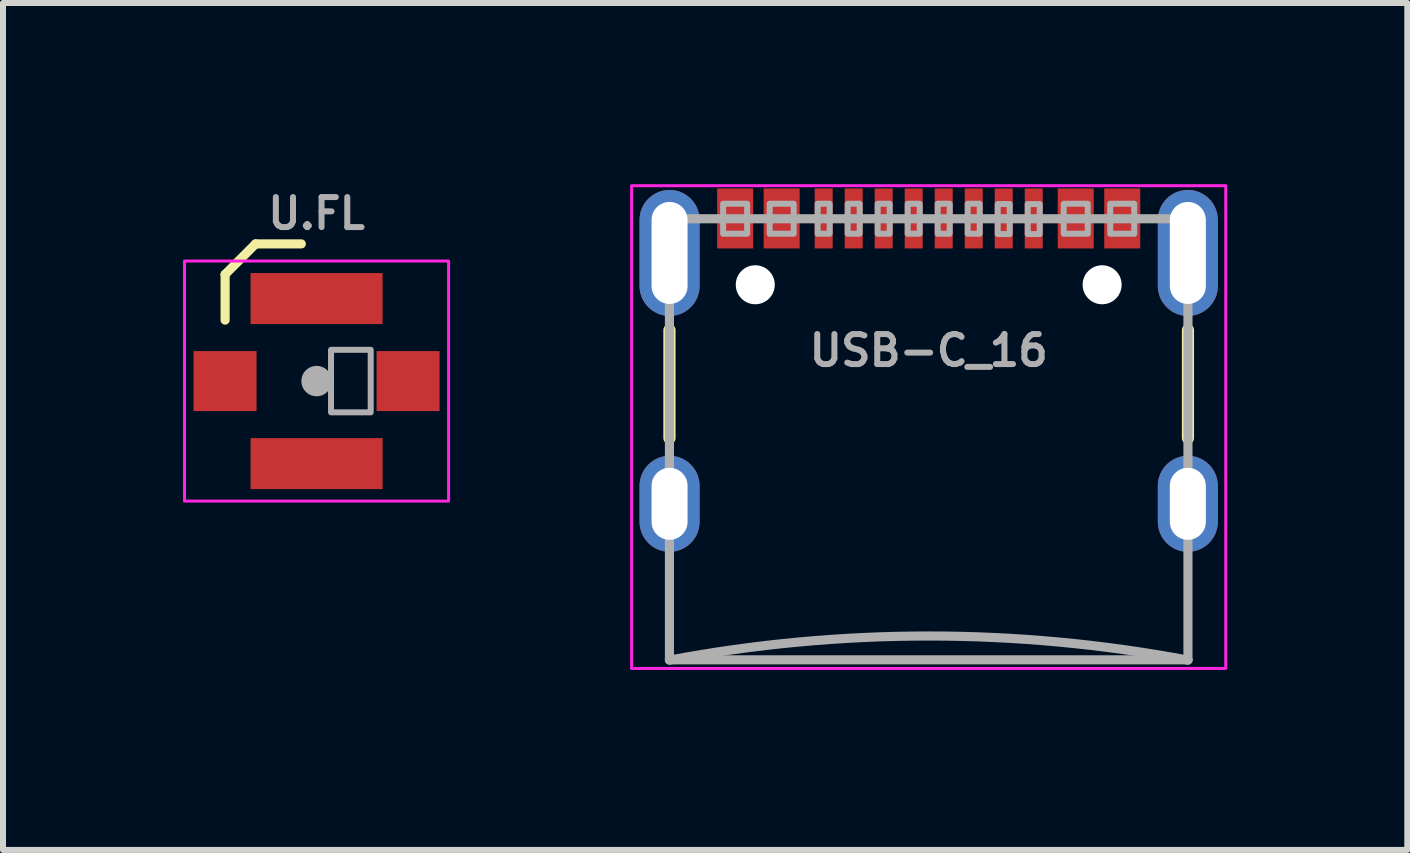
<source format=kicad_pcb>
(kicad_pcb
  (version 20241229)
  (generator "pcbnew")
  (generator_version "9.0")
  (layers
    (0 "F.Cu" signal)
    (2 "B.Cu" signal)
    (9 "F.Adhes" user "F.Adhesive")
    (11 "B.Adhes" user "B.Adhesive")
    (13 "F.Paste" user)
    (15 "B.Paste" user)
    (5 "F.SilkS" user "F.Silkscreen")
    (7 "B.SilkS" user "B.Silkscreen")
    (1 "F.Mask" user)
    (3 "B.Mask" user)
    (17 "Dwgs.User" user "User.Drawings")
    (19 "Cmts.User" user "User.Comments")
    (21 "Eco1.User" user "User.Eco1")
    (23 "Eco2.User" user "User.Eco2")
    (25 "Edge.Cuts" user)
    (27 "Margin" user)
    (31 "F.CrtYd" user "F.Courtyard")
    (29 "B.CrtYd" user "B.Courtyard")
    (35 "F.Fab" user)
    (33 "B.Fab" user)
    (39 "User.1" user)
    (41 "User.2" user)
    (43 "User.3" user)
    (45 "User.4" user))
  (footprint "USB-C_16"
    (layer "F.Cu")
    (at 12.425 0.25)
    (property "Reference" "USB-C_16" (at 0 2.54 0) (layer "F.Fab") (effects (font (size 0.5 0.5) (thickness 0.1) (bold yes))))
    (fp_line (start -4.32 2.2) (end -4.32 4) (stroke (width 0.203) (type solid)) (layer "F.SilkS"))
    (fp_line (start 4.32 2.2) (end 4.32 4) (stroke (width 0.203) (type solid)) (layer "F.SilkS"))
    (fp_rect (start -4.95 -0.206) (end 4.95 7.838) (stroke (width 0.05) (type default)) (fill no) (layer "F.CrtYd"))
    (fp_line (start -4.32 0.345) (end -4.32 1.965) (stroke (width 0.01) (type solid)) (layer "F.Fab"))
    (fp_line (start -4.32 0.345) (end 4.32 0.345) (stroke (width 0.152) (type solid)) (layer "F.Fab"))
    (fp_line (start -4.32 4.295) (end -4.32 5.895) (stroke (width 0.01) (type solid)) (layer "F.Fab"))
    (fp_line (start -4.32 7.695) (end -4.32 0.345) (stroke (width 0.152) (type solid)) (layer "F.Fab"))
    (fp_line (start -4.32 7.695) (end 4.32 7.695) (stroke (width 0.152) (type solid)) (layer "F.Fab"))
    (fp_line (start 4.32 0.345) (end 4.32 1.965) (stroke (width 0.01) (type solid)) (layer "F.Fab"))
    (fp_line (start 4.32 0.345) (end 4.32 7.695) (stroke (width 0.152) (type solid)) (layer "F.Fab"))
    (fp_line (start 4.32 4.295) (end 4.32 5.895) (stroke (width 0.01) (type solid)) (layer "F.Fab"))
    (fp_arc (start -4.32 7.7) (mid 0 7.297675) (end 4.32 7.7) (stroke (width 0.1524) (type solid)) (layer "F.Fab"))
    (fp_poly (pts (xy -3.425 0.595) (xy -3.025 0.595) (xy -3.025 0.095) (xy -3.425 0.095)) (stroke (width 0.1) (type default)) (fill no) (layer "F.Fab"))
    (fp_poly (pts (xy -2.65 0.595) (xy -2.25 0.595) (xy -2.25 0.095) (xy -2.65 0.095)) (stroke (width 0.1) (type default)) (fill no) (layer "F.Fab"))
    (fp_poly (pts (xy -1.85 0.595) (xy -1.65 0.595) (xy -1.65 0.095) (xy -1.85 0.095)) (stroke (width 0.1) (type default)) (fill no) (layer "F.Fab"))
    (fp_poly (pts (xy -1.35 0.595) (xy -1.15 0.595) (xy -1.15 0.095) (xy -1.35 0.095)) (stroke (width 0.1) (type default)) (fill no) (layer "F.Fab"))
    (fp_poly (pts (xy -0.85 0.595) (xy -0.65 0.595) (xy -0.65 0.095) (xy -0.85 0.095)) (stroke (width 0.1) (type default)) (fill no) (layer "F.Fab"))
    (fp_poly (pts (xy -0.35 0.595) (xy -0.15 0.595) (xy -0.15 0.095) (xy -0.35 0.095)) (stroke (width 0.1) (type default)) (fill no) (layer "F.Fab"))
    (fp_poly (pts (xy 0.15 0.595) (xy 0.35 0.595) (xy 0.35 0.095) (xy 0.15 0.095)) (stroke (width 0.1) (type default)) (fill no) (layer "F.Fab"))
    (fp_poly (pts (xy 0.65 0.595) (xy 0.85 0.595) (xy 0.85 0.095) (xy 0.65 0.095)) (stroke (width 0.1) (type default)) (fill no) (layer "F.Fab"))
    (fp_poly (pts (xy 1.15 0.6) (xy 1.35 0.6) (xy 1.35 0.1) (xy 1.15 0.1)) (stroke (width 0.1) (type default)) (fill no) (layer "F.Fab"))
    (fp_poly (pts (xy 1.65 0.6) (xy 1.85 0.6) (xy 1.85 0.1) (xy 1.65 0.1)) (stroke (width 0.1) (type default)) (fill no) (layer "F.Fab"))
    (fp_poly (pts (xy 2.25 0.595) (xy 2.65 0.595) (xy 2.65 0.095) (xy 2.25 0.095)) (stroke (width 0.1) (type default)) (fill no) (layer "F.Fab"))
    (fp_poly (pts (xy 3.025 0.595) (xy 3.425 0.595) (xy 3.425 0.095) (xy 3.025 0.095)) (stroke (width 0.1) (type default)) (fill no) (layer "F.Fab"))
    (pad "" np_thru_hole circle (at -2.89 1.445) (size 0.65 0.65) (drill 0.65) (layers "*.Cu" "*.Mask"))
    (pad "" np_thru_hole circle (at 2.89 1.445) (size 0.65 0.65) (drill 0.65) (layers "*.Cu" "*.Mask"))
    (pad "A5" smd rect (at -1.25 0.34 180) (size 0.3 1) (layers "F.Cu" "F.Mask" "F.Paste"))
    (pad "A6" smd rect (at -0.25 0.34 180) (size 0.3 1) (layers "F.Cu" "F.Mask" "F.Paste"))
    (pad "A7" smd rect (at 0.25 0.34) (size 0.3 1) (layers "F.Cu" "F.Mask" "F.Paste"))
    (pad "A8" smd rect (at 1.25 0.34) (size 0.3 1) (layers "F.Cu" "F.Mask" "F.Paste"))
    (pad "B5" smd rect (at 1.75 0.34) (size 0.3 1) (layers "F.Cu" "F.Mask" "F.Paste"))
    (pad "B6" smd rect (at 0.75 0.34) (size 0.3 1) (layers "F.Cu" "F.Mask" "F.Paste"))
    (pad "B7" smd rect (at -0.75 0.34 180) (size 0.3 1) (layers "F.Cu" "F.Mask" "F.Paste"))
    (pad "B8" smd rect (at -1.75 0.34 180) (size 0.3 1) (layers "F.Cu" "F.Mask" "F.Paste"))
    (pad "GND" smd rect (at -3.225 0.34 180) (size 0.6 1) (layers "F.Cu" "F.Mask" "F.Paste"))
    (pad "GND" smd rect (at 3.225 0.34) (size 0.6 1) (layers "F.Cu" "F.Mask" "F.Paste"))
    (pad "NC1" thru_hole oval (at -4.318 5.095) (size 1 1.6) (drill oval 0.6 1.2) (layers "*.Cu" "*.Mask" "F.Paste"))
    (pad "NC2" thru_hole oval (at -4.318 0.915) (size 1 2.1) (drill oval 0.6 1.7) (layers "*.Cu" "*.Mask" "F.Paste"))
    (pad "NC3" thru_hole oval (at 4.318 0.915) (size 1 2.1) (drill oval 0.6 1.7) (layers "*.Cu" "*.Mask" "F.Paste"))
    (pad "S" thru_hole oval (at 4.318 5.095) (size 1 1.6) (drill oval 0.6 1.2) (layers "*.Cu" "*.Mask" "F.Paste"))
    (pad "VBUS" smd rect (at -2.45 0.34 180) (size 0.6 1) (layers "F.Cu" "F.Mask" "F.Paste"))
    (pad "VBUS" smd rect (at 2.45 0.34) (size 0.6 1) (layers "F.Cu" "F.Mask" "F.Paste")))
  (footprint "U.FL"
    (layer "F.Cu")
    (at 2.225 3.3)
    (property "Reference" "U.FL" (at 0 -2.5 0) (layer "F.Fab") (effects (font (size 0.5 0.5) (thickness 0.1) (bold yes)) (justify bottom)))
    (fp_line (start -1.524 -1.778) (end -1.016 -2.286) (stroke (width 0.152) (type solid)) (layer "F.SilkS"))
    (fp_line (start -1.524 -1.016) (end -1.524 -1.778) (stroke (width 0.152) (type solid)) (layer "F.SilkS"))
    (fp_line (start -1.016 -2.286) (end -0.254 -2.286) (stroke (width 0.152) (type solid)) (layer "F.SilkS"))
    (fp_rect (start 2.2 -2) (end -2.2 2) (stroke (width 0.05) (type default)) (fill no) (layer "F.CrtYd"))
    (fp_circle (center 0 0) (end 0.127 0) (stroke (width 0.254) (type solid)) (fill no) (layer "F.Fab"))
    (fp_poly (pts (xy 0.902 0.521) (xy 0.241 0.521) (xy 0.241 -0.521) (xy 0.902 -0.521)) (stroke (width 0.1) (type default)) (fill no) (layer "F.Fab"))
    (pad "1" smd rect (at 1.525 0) (size 1.05 1) (layers "F.Cu" "F.Mask" "F.Paste"))
    (pad "2" smd rect (at 0 -1.375) (size 2.2 0.85) (layers "F.Cu" "F.Mask" "F.Paste"))
    (pad "2" smd rect (at 0 1.375) (size 2.2 0.85) (layers "F.Cu" "F.Mask" "F.Paste"))
    (pad "NC" smd rect (at -1.525 0) (size 1.05 1) (layers "F.Cu" "F.Mask" "F.Paste"))
    (zone (net_name "") (layer "F.Cu") (hatch edge 0.5) (connect_pads) (min_thickness 0.25) (filled_areas_thickness no) (keepout (tracks not_allowed) (vias not_allowed) (pads not_allowed) (copperpour not_allowed) (footprints allowed)) (placement (enabled no)) (fill) (polygon (pts (xy 1.425 4.1) (xy 3.025 4.1) (xy 3.025 2.5) (xy 1.425 2.5)))))
  (gr_rect
    (start -3 -3)
    (end 20.4 11.113)
    (stroke (width 0.1) (type default))
    (fill no)
    (layer "Edge.Cuts")))
</source>
